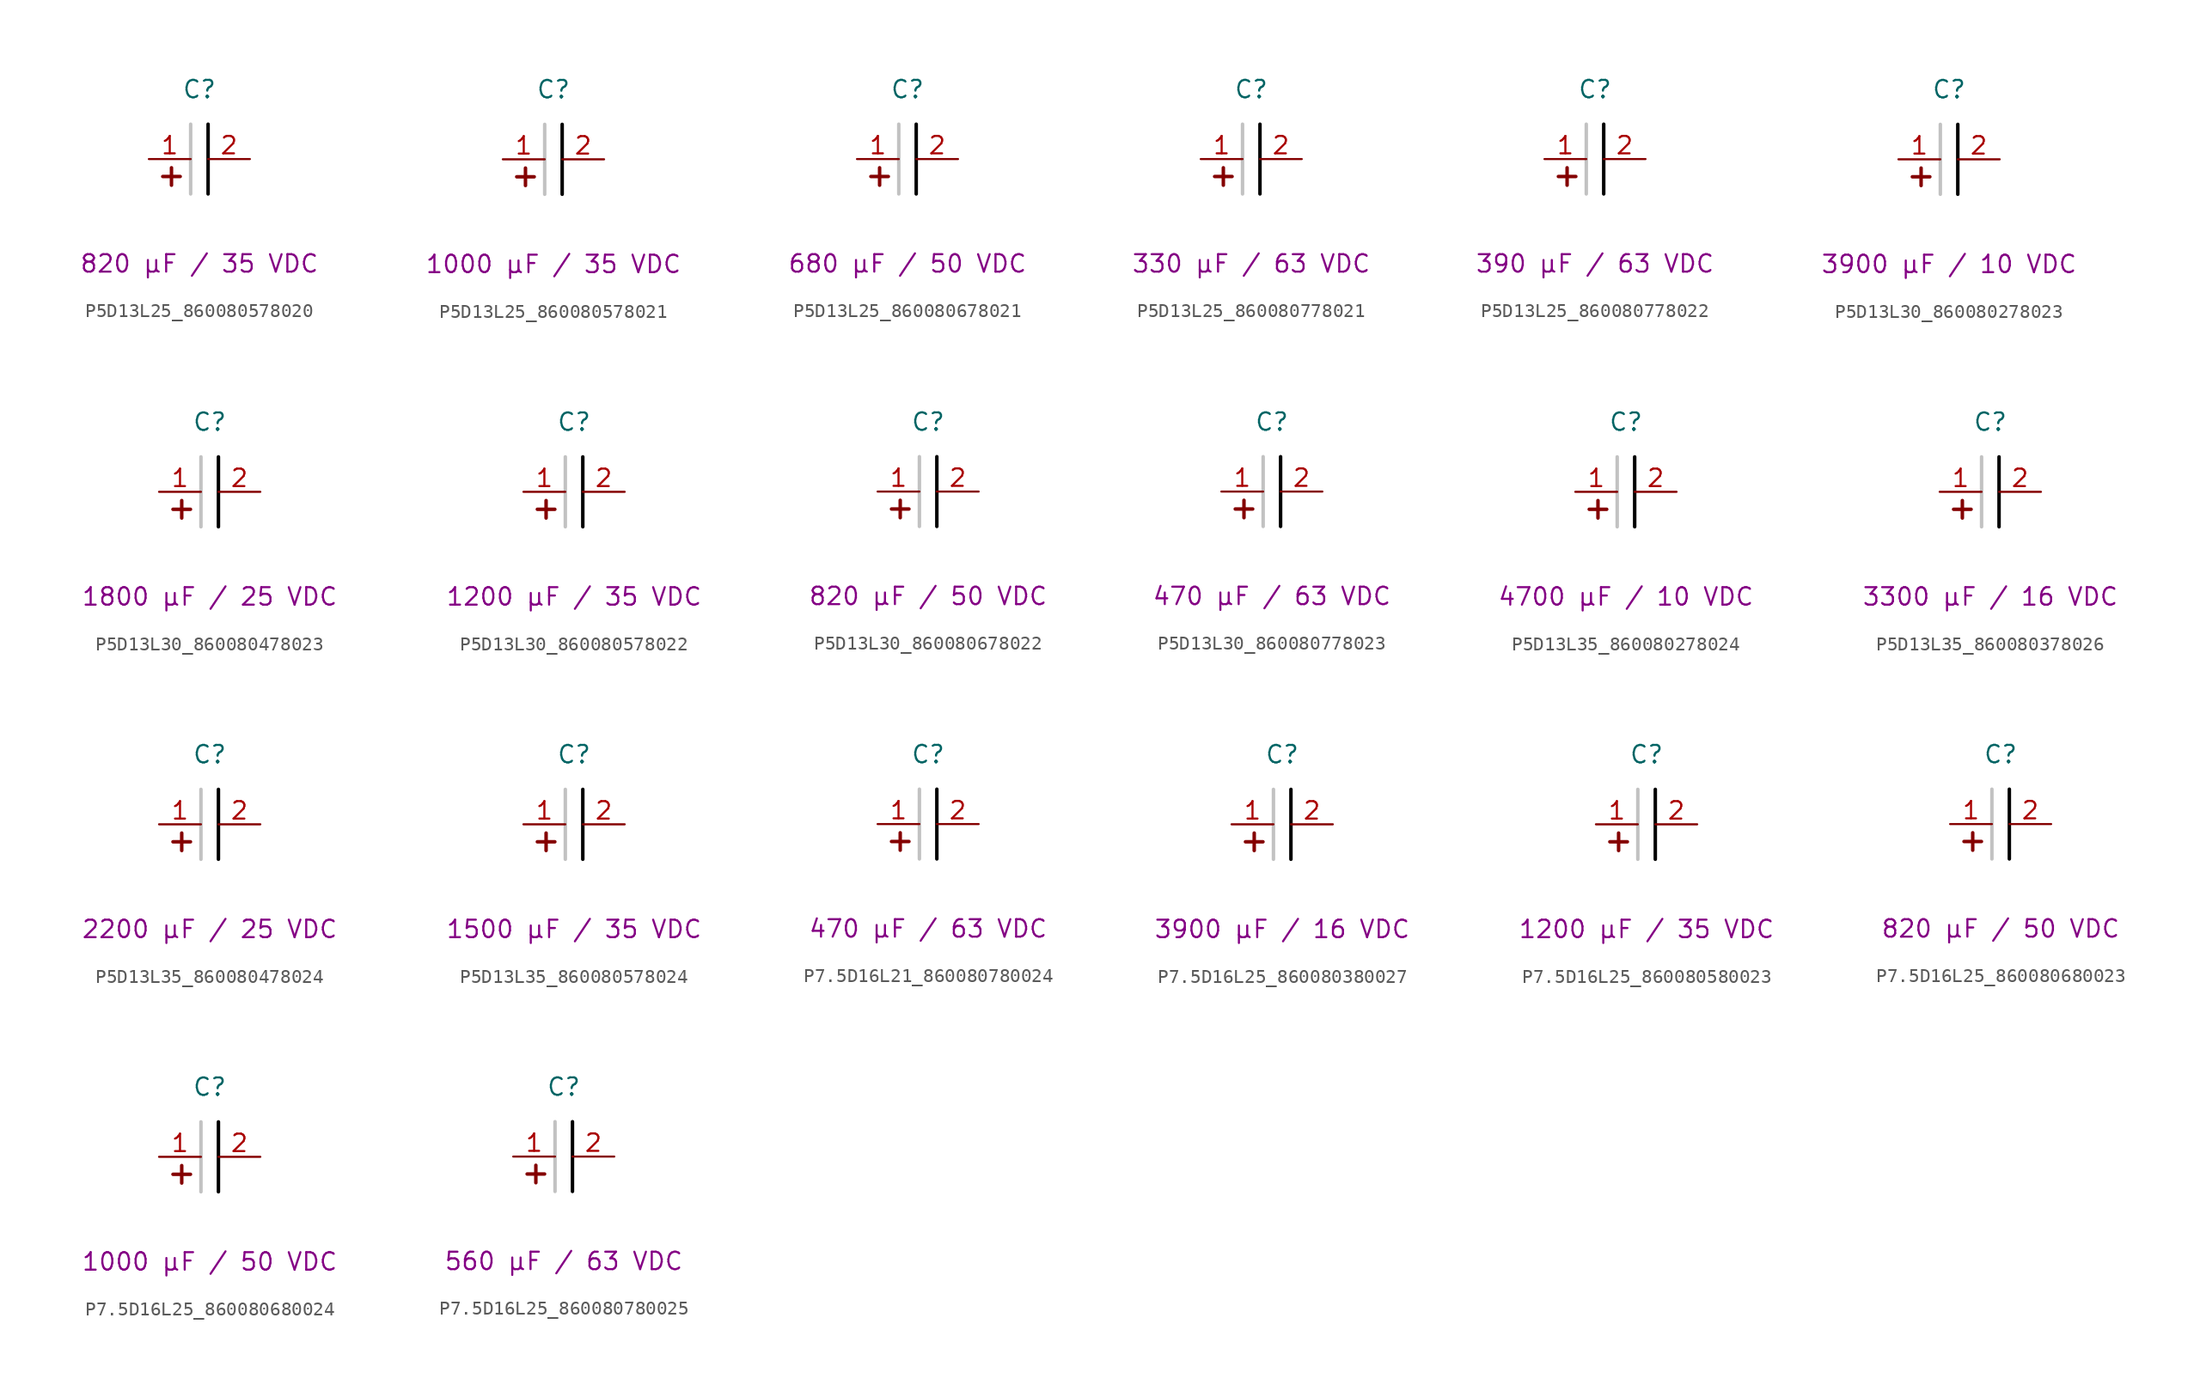
<source format=kicad_sym>
(kicad_symbol_lib
  (version 20220914)
  (generator kicad_symbol_editor)
  (symbol "P5D13L25_860080578020"
    (pin_names hide)
    (property "Reference" "C"
      (at 0 5.08 0)
      (effects (font (size 1.27 1.27))))
    (property "Critical Parameter" "820 µF / 35 VDC"
      (at 0 -7.62 0)
      (effects (font (size 1.27 1.27))))
    (symbol "P5D13L25_860080578020_1_1"
      (polyline (pts (xy -2.667 -1.27) (xy -1.397 -1.27)) (stroke (width 0.254) (type default)) (fill (type none)))
      (polyline (pts (xy -2.032 -0.635) (xy -2.032 -1.905)) (stroke (width 0.254) (type default)) (fill (type none)))
      (polyline (pts (xy -0.635 2.54) (xy -0.635 -2.54)) (stroke (width 0.254) (type default) (color 194 194 194 1)) (fill (type none)))
      (polyline (pts (xy 0.635 2.54) (xy 0.635 -2.54)) (stroke (width 0.254) (type default) (color 0 0 0 1)) (fill (type none)))
      (pin passive line (at -3.679 0 0) (length 3.044) (name "1" (effects (font (size 1.27 1.27)))) (number "1" (effects (font (size 1.27 1.27)))))
      (pin passive line (at 3.679 0 180) (length 3.044) (name "2" (effects (font (size 1.27 1.27)))) (number "2" (effects (font (size 1.27 1.27)))))))
  (symbol "P5D13L25_860080578021"
    (pin_names hide)
    (property "Reference" "C"
      (at 0 5.08 0)
      (effects (font (size 1.27 1.27))))
    (property "Critical Parameter" "1000 µF / 35 VDC"
      (at 0 -7.62 0)
      (effects (font (size 1.27 1.27))))
    (symbol "P5D13L25_860080578021_1_1"
      (polyline (pts (xy -2.667 -1.27) (xy -1.397 -1.27)) (stroke (width 0.254) (type default)) (fill (type none)))
      (polyline (pts (xy -2.032 -0.635) (xy -2.032 -1.905)) (stroke (width 0.254) (type default)) (fill (type none)))
      (polyline (pts (xy -0.635 2.54) (xy -0.635 -2.54)) (stroke (width 0.254) (type default) (color 194 194 194 1)) (fill (type none)))
      (polyline (pts (xy 0.635 2.54) (xy 0.635 -2.54)) (stroke (width 0.254) (type default) (color 0 0 0 1)) (fill (type none)))
      (pin passive line (at -3.679 0 0) (length 3.044) (name "1" (effects (font (size 1.27 1.27)))) (number "1" (effects (font (size 1.27 1.27)))))
      (pin passive line (at 3.679 0 180) (length 3.044) (name "2" (effects (font (size 1.27 1.27)))) (number "2" (effects (font (size 1.27 1.27)))))))
  (symbol "P5D13L25_860080678021"
    (pin_names hide)
    (property "Reference" "C"
      (at 0 5.08 0)
      (effects (font (size 1.27 1.27))))
    (property "Critical Parameter" "680 µF / 50 VDC"
      (at 0 -7.62 0)
      (effects (font (size 1.27 1.27))))
    (symbol "P5D13L25_860080678021_1_1"
      (polyline (pts (xy -2.667 -1.27) (xy -1.397 -1.27)) (stroke (width 0.254) (type default)) (fill (type none)))
      (polyline (pts (xy -2.032 -0.635) (xy -2.032 -1.905)) (stroke (width 0.254) (type default)) (fill (type none)))
      (polyline (pts (xy -0.635 2.54) (xy -0.635 -2.54)) (stroke (width 0.254) (type default) (color 194 194 194 1)) (fill (type none)))
      (polyline (pts (xy 0.635 2.54) (xy 0.635 -2.54)) (stroke (width 0.254) (type default) (color 0 0 0 1)) (fill (type none)))
      (pin passive line (at -3.679 0 0) (length 3.044) (name "1" (effects (font (size 1.27 1.27)))) (number "1" (effects (font (size 1.27 1.27)))))
      (pin passive line (at 3.679 0 180) (length 3.044) (name "2" (effects (font (size 1.27 1.27)))) (number "2" (effects (font (size 1.27 1.27)))))))
  (symbol "P5D13L25_860080778021"
    (pin_names hide)
    (property "Reference" "C"
      (at 0 5.08 0)
      (effects (font (size 1.27 1.27))))
    (property "Critical Parameter" "330 µF / 63 VDC"
      (at 0 -7.62 0)
      (effects (font (size 1.27 1.27))))
    (symbol "P5D13L25_860080778021_1_1"
      (polyline (pts (xy -2.667 -1.27) (xy -1.397 -1.27)) (stroke (width 0.254) (type default)) (fill (type none)))
      (polyline (pts (xy -2.032 -0.635) (xy -2.032 -1.905)) (stroke (width 0.254) (type default)) (fill (type none)))
      (polyline (pts (xy -0.635 2.54) (xy -0.635 -2.54)) (stroke (width 0.254) (type default) (color 194 194 194 1)) (fill (type none)))
      (polyline (pts (xy 0.635 2.54) (xy 0.635 -2.54)) (stroke (width 0.254) (type default) (color 0 0 0 1)) (fill (type none)))
      (pin passive line (at -3.679 0 0) (length 3.044) (name "1" (effects (font (size 1.27 1.27)))) (number "1" (effects (font (size 1.27 1.27)))))
      (pin passive line (at 3.679 0 180) (length 3.044) (name "2" (effects (font (size 1.27 1.27)))) (number "2" (effects (font (size 1.27 1.27)))))))
  (symbol "P5D13L25_860080778022"
    (pin_names hide)
    (property "Reference" "C"
      (at 0 5.08 0)
      (effects (font (size 1.27 1.27))))
    (property "Critical Parameter" "390 µF / 63 VDC"
      (at 0 -7.62 0)
      (effects (font (size 1.27 1.27))))
    (symbol "P5D13L25_860080778022_1_1"
      (polyline (pts (xy -2.667 -1.27) (xy -1.397 -1.27)) (stroke (width 0.254) (type default)) (fill (type none)))
      (polyline (pts (xy -2.032 -0.635) (xy -2.032 -1.905)) (stroke (width 0.254) (type default)) (fill (type none)))
      (polyline (pts (xy -0.635 2.54) (xy -0.635 -2.54)) (stroke (width 0.254) (type default) (color 194 194 194 1)) (fill (type none)))
      (polyline (pts (xy 0.635 2.54) (xy 0.635 -2.54)) (stroke (width 0.254) (type default) (color 0 0 0 1)) (fill (type none)))
      (pin passive line (at -3.679 0 0) (length 3.044) (name "1" (effects (font (size 1.27 1.27)))) (number "1" (effects (font (size 1.27 1.27)))))
      (pin passive line (at 3.679 0 180) (length 3.044) (name "2" (effects (font (size 1.27 1.27)))) (number "2" (effects (font (size 1.27 1.27)))))))
  (symbol "P5D13L30_860080278023"
    (pin_names hide)
    (property "Reference" "C"
      (at 0 5.08 0)
      (effects (font (size 1.27 1.27))))
    (property "Critical Parameter" "3900 µF / 10 VDC"
      (at 0 -7.62 0)
      (effects (font (size 1.27 1.27))))
    (symbol "P5D13L30_860080278023_1_1"
      (polyline (pts (xy -2.667 -1.27) (xy -1.397 -1.27)) (stroke (width 0.254) (type default)) (fill (type none)))
      (polyline (pts (xy -2.032 -0.635) (xy -2.032 -1.905)) (stroke (width 0.254) (type default)) (fill (type none)))
      (polyline (pts (xy -0.635 2.54) (xy -0.635 -2.54)) (stroke (width 0.254) (type default) (color 194 194 194 1)) (fill (type none)))
      (polyline (pts (xy 0.635 2.54) (xy 0.635 -2.54)) (stroke (width 0.254) (type default) (color 0 0 0 1)) (fill (type none)))
      (pin passive line (at -3.679 0 0) (length 3.044) (name "1" (effects (font (size 1.27 1.27)))) (number "1" (effects (font (size 1.27 1.27)))))
      (pin passive line (at 3.679 0 180) (length 3.044) (name "2" (effects (font (size 1.27 1.27)))) (number "2" (effects (font (size 1.27 1.27)))))))
  (symbol "P5D13L30_860080478023"
    (pin_names hide)
    (property "Reference" "C"
      (at 0 5.08 0)
      (effects (font (size 1.27 1.27))))
    (property "Critical Parameter" "1800 µF / 25 VDC"
      (at 0 -7.62 0)
      (effects (font (size 1.27 1.27))))
    (symbol "P5D13L30_860080478023_1_1"
      (polyline (pts (xy -2.667 -1.27) (xy -1.397 -1.27)) (stroke (width 0.254) (type default)) (fill (type none)))
      (polyline (pts (xy -2.032 -0.635) (xy -2.032 -1.905)) (stroke (width 0.254) (type default)) (fill (type none)))
      (polyline (pts (xy -0.635 2.54) (xy -0.635 -2.54)) (stroke (width 0.254) (type default) (color 194 194 194 1)) (fill (type none)))
      (polyline (pts (xy 0.635 2.54) (xy 0.635 -2.54)) (stroke (width 0.254) (type default) (color 0 0 0 1)) (fill (type none)))
      (pin passive line (at -3.679 0 0) (length 3.044) (name "1" (effects (font (size 1.27 1.27)))) (number "1" (effects (font (size 1.27 1.27)))))
      (pin passive line (at 3.679 0 180) (length 3.044) (name "2" (effects (font (size 1.27 1.27)))) (number "2" (effects (font (size 1.27 1.27)))))))
  (symbol "P5D13L30_860080578022"
    (pin_names hide)
    (property "Reference" "C"
      (at 0 5.08 0)
      (effects (font (size 1.27 1.27))))
    (property "Critical Parameter" "1200 µF / 35 VDC"
      (at 0 -7.62 0)
      (effects (font (size 1.27 1.27))))
    (symbol "P5D13L30_860080578022_1_1"
      (polyline (pts (xy -2.667 -1.27) (xy -1.397 -1.27)) (stroke (width 0.254) (type default)) (fill (type none)))
      (polyline (pts (xy -2.032 -0.635) (xy -2.032 -1.905)) (stroke (width 0.254) (type default)) (fill (type none)))
      (polyline (pts (xy -0.635 2.54) (xy -0.635 -2.54)) (stroke (width 0.254) (type default) (color 194 194 194 1)) (fill (type none)))
      (polyline (pts (xy 0.635 2.54) (xy 0.635 -2.54)) (stroke (width 0.254) (type default) (color 0 0 0 1)) (fill (type none)))
      (pin passive line (at -3.679 0 0) (length 3.044) (name "1" (effects (font (size 1.27 1.27)))) (number "1" (effects (font (size 1.27 1.27)))))
      (pin passive line (at 3.679 0 180) (length 3.044) (name "2" (effects (font (size 1.27 1.27)))) (number "2" (effects (font (size 1.27 1.27)))))))
  (symbol "P5D13L30_860080678022"
    (pin_names hide)
    (property "Reference" "C"
      (at 0 5.08 0)
      (effects (font (size 1.27 1.27))))
    (property "Critical Parameter" "820 µF / 50 VDC"
      (at 0 -7.62 0)
      (effects (font (size 1.27 1.27))))
    (symbol "P5D13L30_860080678022_1_1"
      (polyline (pts (xy -2.667 -1.27) (xy -1.397 -1.27)) (stroke (width 0.254) (type default)) (fill (type none)))
      (polyline (pts (xy -2.032 -0.635) (xy -2.032 -1.905)) (stroke (width 0.254) (type default)) (fill (type none)))
      (polyline (pts (xy -0.635 2.54) (xy -0.635 -2.54)) (stroke (width 0.254) (type default) (color 194 194 194 1)) (fill (type none)))
      (polyline (pts (xy 0.635 2.54) (xy 0.635 -2.54)) (stroke (width 0.254) (type default) (color 0 0 0 1)) (fill (type none)))
      (pin passive line (at -3.679 0 0) (length 3.044) (name "1" (effects (font (size 1.27 1.27)))) (number "1" (effects (font (size 1.27 1.27)))))
      (pin passive line (at 3.679 0 180) (length 3.044) (name "2" (effects (font (size 1.27 1.27)))) (number "2" (effects (font (size 1.27 1.27)))))))
  (symbol "P5D13L30_860080778023"
    (pin_names hide)
    (property "Reference" "C"
      (at 0 5.08 0)
      (effects (font (size 1.27 1.27))))
    (property "Critical Parameter" "470 µF / 63 VDC"
      (at 0 -7.62 0)
      (effects (font (size 1.27 1.27))))
    (symbol "P5D13L30_860080778023_1_1"
      (polyline (pts (xy -2.667 -1.27) (xy -1.397 -1.27)) (stroke (width 0.254) (type default)) (fill (type none)))
      (polyline (pts (xy -2.032 -0.635) (xy -2.032 -1.905)) (stroke (width 0.254) (type default)) (fill (type none)))
      (polyline (pts (xy -0.635 2.54) (xy -0.635 -2.54)) (stroke (width 0.254) (type default) (color 194 194 194 1)) (fill (type none)))
      (polyline (pts (xy 0.635 2.54) (xy 0.635 -2.54)) (stroke (width 0.254) (type default) (color 0 0 0 1)) (fill (type none)))
      (pin passive line (at -3.679 0 0) (length 3.044) (name "1" (effects (font (size 1.27 1.27)))) (number "1" (effects (font (size 1.27 1.27)))))
      (pin passive line (at 3.679 0 180) (length 3.044) (name "2" (effects (font (size 1.27 1.27)))) (number "2" (effects (font (size 1.27 1.27)))))))
  (symbol "P5D13L35_860080278024"
    (pin_names hide)
    (property "Reference" "C"
      (at 0 5.08 0)
      (effects (font (size 1.27 1.27))))
    (property "Critical Parameter" "4700 µF / 10 VDC"
      (at 0 -7.62 0)
      (effects (font (size 1.27 1.27))))
    (symbol "P5D13L35_860080278024_1_1"
      (polyline (pts (xy -2.667 -1.27) (xy -1.397 -1.27)) (stroke (width 0.254) (type default)) (fill (type none)))
      (polyline (pts (xy -2.032 -0.635) (xy -2.032 -1.905)) (stroke (width 0.254) (type default)) (fill (type none)))
      (polyline (pts (xy -0.635 2.54) (xy -0.635 -2.54)) (stroke (width 0.254) (type default) (color 194 194 194 1)) (fill (type none)))
      (polyline (pts (xy 0.635 2.54) (xy 0.635 -2.54)) (stroke (width 0.254) (type default) (color 0 0 0 1)) (fill (type none)))
      (pin passive line (at -3.679 0 0) (length 3.044) (name "1" (effects (font (size 1.27 1.27)))) (number "1" (effects (font (size 1.27 1.27)))))
      (pin passive line (at 3.679 0 180) (length 3.044) (name "2" (effects (font (size 1.27 1.27)))) (number "2" (effects (font (size 1.27 1.27)))))))
  (symbol "P5D13L35_860080378026"
    (pin_names hide)
    (property "Reference" "C"
      (at 0 5.08 0)
      (effects (font (size 1.27 1.27))))
    (property "Critical Parameter" "3300 µF / 16 VDC"
      (at 0 -7.62 0)
      (effects (font (size 1.27 1.27))))
    (symbol "P5D13L35_860080378026_1_1"
      (polyline (pts (xy -2.667 -1.27) (xy -1.397 -1.27)) (stroke (width 0.254) (type default)) (fill (type none)))
      (polyline (pts (xy -2.032 -0.635) (xy -2.032 -1.905)) (stroke (width 0.254) (type default)) (fill (type none)))
      (polyline (pts (xy -0.635 2.54) (xy -0.635 -2.54)) (stroke (width 0.254) (type default) (color 194 194 194 1)) (fill (type none)))
      (polyline (pts (xy 0.635 2.54) (xy 0.635 -2.54)) (stroke (width 0.254) (type default) (color 0 0 0 1)) (fill (type none)))
      (pin passive line (at -3.679 0 0) (length 3.044) (name "1" (effects (font (size 1.27 1.27)))) (number "1" (effects (font (size 1.27 1.27)))))
      (pin passive line (at 3.679 0 180) (length 3.044) (name "2" (effects (font (size 1.27 1.27)))) (number "2" (effects (font (size 1.27 1.27)))))))
  (symbol "P5D13L35_860080478024"
    (pin_names hide)
    (property "Reference" "C"
      (at 0 5.08 0)
      (effects (font (size 1.27 1.27))))
    (property "Critical Parameter" "2200 µF / 25 VDC"
      (at 0 -7.62 0)
      (effects (font (size 1.27 1.27))))
    (symbol "P5D13L35_860080478024_1_1"
      (polyline (pts (xy -2.667 -1.27) (xy -1.397 -1.27)) (stroke (width 0.254) (type default)) (fill (type none)))
      (polyline (pts (xy -2.032 -0.635) (xy -2.032 -1.905)) (stroke (width 0.254) (type default)) (fill (type none)))
      (polyline (pts (xy -0.635 2.54) (xy -0.635 -2.54)) (stroke (width 0.254) (type default) (color 194 194 194 1)) (fill (type none)))
      (polyline (pts (xy 0.635 2.54) (xy 0.635 -2.54)) (stroke (width 0.254) (type default) (color 0 0 0 1)) (fill (type none)))
      (pin passive line (at -3.679 0 0) (length 3.044) (name "1" (effects (font (size 1.27 1.27)))) (number "1" (effects (font (size 1.27 1.27)))))
      (pin passive line (at 3.679 0 180) (length 3.044) (name "2" (effects (font (size 1.27 1.27)))) (number "2" (effects (font (size 1.27 1.27)))))))
  (symbol "P5D13L35_860080578024"
    (pin_names hide)
    (property "Reference" "C"
      (at 0 5.08 0)
      (effects (font (size 1.27 1.27))))
    (property "Critical Parameter" "1500 µF / 35 VDC"
      (at 0 -7.62 0)
      (effects (font (size 1.27 1.27))))
    (symbol "P5D13L35_860080578024_1_1"
      (polyline (pts (xy -2.667 -1.27) (xy -1.397 -1.27)) (stroke (width 0.254) (type default)) (fill (type none)))
      (polyline (pts (xy -2.032 -0.635) (xy -2.032 -1.905)) (stroke (width 0.254) (type default)) (fill (type none)))
      (polyline (pts (xy -0.635 2.54) (xy -0.635 -2.54)) (stroke (width 0.254) (type default) (color 194 194 194 1)) (fill (type none)))
      (polyline (pts (xy 0.635 2.54) (xy 0.635 -2.54)) (stroke (width 0.254) (type default) (color 0 0 0 1)) (fill (type none)))
      (pin passive line (at -3.679 0 0) (length 3.044) (name "1" (effects (font (size 1.27 1.27)))) (number "1" (effects (font (size 1.27 1.27)))))
      (pin passive line (at 3.679 0 180) (length 3.044) (name "2" (effects (font (size 1.27 1.27)))) (number "2" (effects (font (size 1.27 1.27)))))))
  (symbol "P7.5D16L21_860080780024"
    (pin_names hide)
    (property "Reference" "C"
      (at 0 5.08 0)
      (effects (font (size 1.27 1.27))))
    (property "Critical Parameter" "470 µF / 63 VDC"
      (at 0 -7.62 0)
      (effects (font (size 1.27 1.27))))
    (symbol "P7.5D16L21_860080780024_1_1"
      (polyline (pts (xy -2.667 -1.27) (xy -1.397 -1.27)) (stroke (width 0.254) (type default)) (fill (type none)))
      (polyline (pts (xy -2.032 -0.635) (xy -2.032 -1.905)) (stroke (width 0.254) (type default)) (fill (type none)))
      (polyline (pts (xy -0.635 2.54) (xy -0.635 -2.54)) (stroke (width 0.254) (type default) (color 194 194 194 1)) (fill (type none)))
      (polyline (pts (xy 0.635 2.54) (xy 0.635 -2.54)) (stroke (width 0.254) (type default) (color 0 0 0 1)) (fill (type none)))
      (pin passive line (at -3.679 0 0) (length 3.044) (name "1" (effects (font (size 1.27 1.27)))) (number "1" (effects (font (size 1.27 1.27)))))
      (pin passive line (at 3.679 0 180) (length 3.044) (name "2" (effects (font (size 1.27 1.27)))) (number "2" (effects (font (size 1.27 1.27)))))))
  (symbol "P7.5D16L25_860080380027"
    (pin_names hide)
    (property "Reference" "C"
      (at 0 5.08 0)
      (effects (font (size 1.27 1.27))))
    (property "Critical Parameter" "3900 µF / 16 VDC"
      (at 0 -7.62 0)
      (effects (font (size 1.27 1.27))))
    (symbol "P7.5D16L25_860080380027_1_1"
      (polyline (pts (xy -2.667 -1.27) (xy -1.397 -1.27)) (stroke (width 0.254) (type default)) (fill (type none)))
      (polyline (pts (xy -2.032 -0.635) (xy -2.032 -1.905)) (stroke (width 0.254) (type default)) (fill (type none)))
      (polyline (pts (xy -0.635 2.54) (xy -0.635 -2.54)) (stroke (width 0.254) (type default) (color 194 194 194 1)) (fill (type none)))
      (polyline (pts (xy 0.635 2.54) (xy 0.635 -2.54)) (stroke (width 0.254) (type default) (color 0 0 0 1)) (fill (type none)))
      (pin passive line (at -3.679 0 0) (length 3.044) (name "1" (effects (font (size 1.27 1.27)))) (number "1" (effects (font (size 1.27 1.27)))))
      (pin passive line (at 3.679 0 180) (length 3.044) (name "2" (effects (font (size 1.27 1.27)))) (number "2" (effects (font (size 1.27 1.27)))))))
  (symbol "P7.5D16L25_860080580023"
    (pin_names hide)
    (property "Reference" "C"
      (at 0 5.08 0)
      (effects (font (size 1.27 1.27))))
    (property "Critical Parameter" "1200 µF / 35 VDC"
      (at 0 -7.62 0)
      (effects (font (size 1.27 1.27))))
    (symbol "P7.5D16L25_860080580023_1_1"
      (polyline (pts (xy -2.667 -1.27) (xy -1.397 -1.27)) (stroke (width 0.254) (type default)) (fill (type none)))
      (polyline (pts (xy -2.032 -0.635) (xy -2.032 -1.905)) (stroke (width 0.254) (type default)) (fill (type none)))
      (polyline (pts (xy -0.635 2.54) (xy -0.635 -2.54)) (stroke (width 0.254) (type default) (color 194 194 194 1)) (fill (type none)))
      (polyline (pts (xy 0.635 2.54) (xy 0.635 -2.54)) (stroke (width 0.254) (type default) (color 0 0 0 1)) (fill (type none)))
      (pin passive line (at -3.679 0 0) (length 3.044) (name "1" (effects (font (size 1.27 1.27)))) (number "1" (effects (font (size 1.27 1.27)))))
      (pin passive line (at 3.679 0 180) (length 3.044) (name "2" (effects (font (size 1.27 1.27)))) (number "2" (effects (font (size 1.27 1.27)))))))
  (symbol "P7.5D16L25_860080680023"
    (pin_names hide)
    (property "Reference" "C"
      (at 0 5.08 0)
      (effects (font (size 1.27 1.27))))
    (property "Critical Parameter" "820 µF / 50 VDC"
      (at 0 -7.62 0)
      (effects (font (size 1.27 1.27))))
    (symbol "P7.5D16L25_860080680023_1_1"
      (polyline (pts (xy -2.667 -1.27) (xy -1.397 -1.27)) (stroke (width 0.254) (type default)) (fill (type none)))
      (polyline (pts (xy -2.032 -0.635) (xy -2.032 -1.905)) (stroke (width 0.254) (type default)) (fill (type none)))
      (polyline (pts (xy -0.635 2.54) (xy -0.635 -2.54)) (stroke (width 0.254) (type default) (color 194 194 194 1)) (fill (type none)))
      (polyline (pts (xy 0.635 2.54) (xy 0.635 -2.54)) (stroke (width 0.254) (type default) (color 0 0 0 1)) (fill (type none)))
      (pin passive line (at -3.679 0 0) (length 3.044) (name "1" (effects (font (size 1.27 1.27)))) (number "1" (effects (font (size 1.27 1.27)))))
      (pin passive line (at 3.679 0 180) (length 3.044) (name "2" (effects (font (size 1.27 1.27)))) (number "2" (effects (font (size 1.27 1.27)))))))
  (symbol "P7.5D16L25_860080680024"
    (pin_names hide)
    (property "Reference" "C"
      (at 0 5.08 0)
      (effects (font (size 1.27 1.27))))
    (property "Critical Parameter" "1000 µF / 50 VDC"
      (at 0 -7.62 0)
      (effects (font (size 1.27 1.27))))
    (symbol "P7.5D16L25_860080680024_1_1"
      (polyline (pts (xy -2.667 -1.27) (xy -1.397 -1.27)) (stroke (width 0.254) (type default)) (fill (type none)))
      (polyline (pts (xy -2.032 -0.635) (xy -2.032 -1.905)) (stroke (width 0.254) (type default)) (fill (type none)))
      (polyline (pts (xy -0.635 2.54) (xy -0.635 -2.54)) (stroke (width 0.254) (type default) (color 194 194 194 1)) (fill (type none)))
      (polyline (pts (xy 0.635 2.54) (xy 0.635 -2.54)) (stroke (width 0.254) (type default) (color 0 0 0 1)) (fill (type none)))
      (pin passive line (at -3.679 0 0) (length 3.044) (name "1" (effects (font (size 1.27 1.27)))) (number "1" (effects (font (size 1.27 1.27)))))
      (pin passive line (at 3.679 0 180) (length 3.044) (name "2" (effects (font (size 1.27 1.27)))) (number "2" (effects (font (size 1.27 1.27)))))))
  (symbol "P7.5D16L25_860080780025"
    (pin_names hide)
    (property "Reference" "C"
      (at 0 5.08 0)
      (effects (font (size 1.27 1.27))))
    (property "Critical Parameter" "560 µF / 63 VDC"
      (at 0 -7.62 0)
      (effects (font (size 1.27 1.27))))
    (symbol "P7.5D16L25_860080780025_1_1"
      (polyline (pts (xy -2.667 -1.27) (xy -1.397 -1.27)) (stroke (width 0.254) (type default)) (fill (type none)))
      (polyline (pts (xy -2.032 -0.635) (xy -2.032 -1.905)) (stroke (width 0.254) (type default)) (fill (type none)))
      (polyline (pts (xy -0.635 2.54) (xy -0.635 -2.54)) (stroke (width 0.254) (type default) (color 194 194 194 1)) (fill (type none)))
      (polyline (pts (xy 0.635 2.54) (xy 0.635 -2.54)) (stroke (width 0.254) (type default) (color 0 0 0 1)) (fill (type none)))
      (pin passive line (at -3.679 0 0) (length 3.044) (name "1" (effects (font (size 1.27 1.27)))) (number "1" (effects (font (size 1.27 1.27)))))
      (pin passive line (at 3.679 0 180) (length 3.044) (name "2" (effects (font (size 1.27 1.27)))) (number "2" (effects (font (size 1.27 1.27))))))))
</source>
